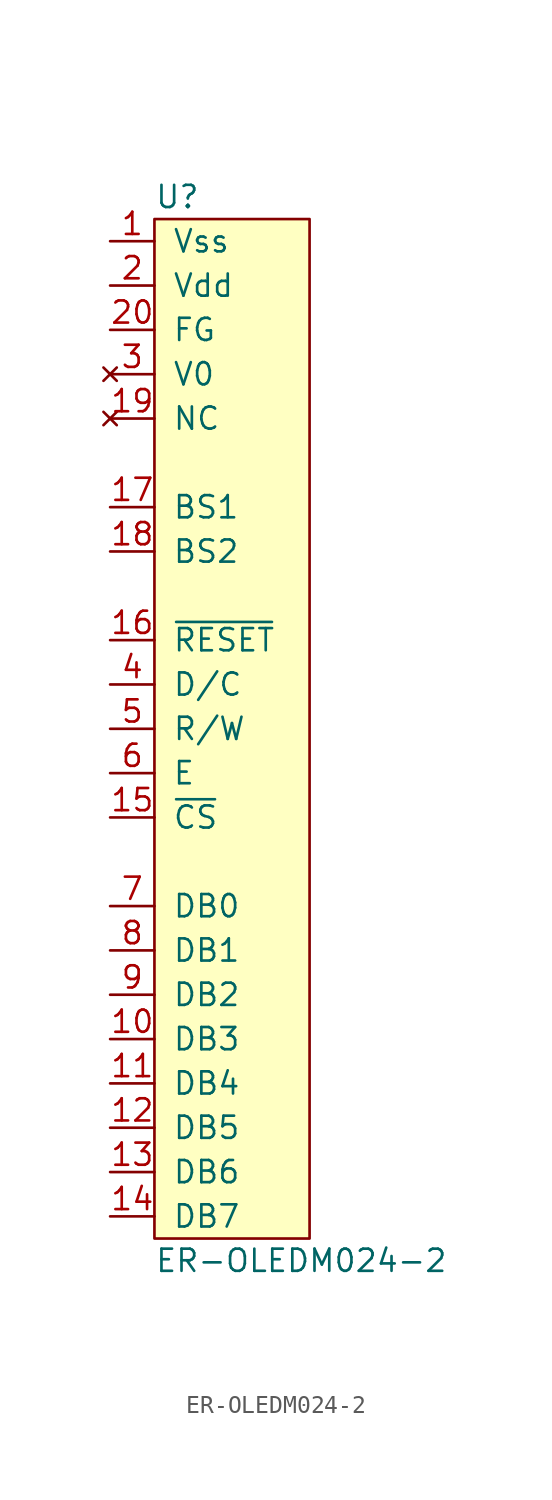
<source format=kicad_sym>
(kicad_symbol_lib
  (version 20211014)
  (generator kicad_symbol_editor)
  (symbol "ER-OLEDM024-2"
    (pin_names
      (offset 1.016))
    (property "Reference" "U"
      (at -2.54 30.48 0)
      (effects (font (size 1.27 1.27)) (justify left)))
    (property "Value" "ER-OLEDM024-2"
      (at -2.54 -30.48 0)
      (effects (font (size 1.27 1.27)) (justify left)))
    (symbol "ER-OLEDM024-2_0_1"
      (rectangle (start -2.54 29.21) (end 6.35 -29.21) (stroke (width 0) (type default) (color 0 0 0 0)) (fill (type background))))
    (symbol "ER-OLEDM024-2_1_1"
      (pin power_in line (at -5.08 27.94 0) (length 2.54) (name "Vss" (effects (font (size 1.27 1.27)))) (number "1" (effects (font (size 1.27 1.27)))))
      (pin bidirectional line (at -5.08 -17.78 0) (length 2.54) (name "DB3" (effects (font (size 1.27 1.27)))) (number "10" (effects (font (size 1.27 1.27)))))
      (pin bidirectional line (at -5.08 -20.32 0) (length 2.54) (name "DB4" (effects (font (size 1.27 1.27)))) (number "11" (effects (font (size 1.27 1.27)))))
      (pin bidirectional line (at -5.08 -22.86 0) (length 2.54) (name "DB5" (effects (font (size 1.27 1.27)))) (number "12" (effects (font (size 1.27 1.27)))))
      (pin bidirectional line (at -5.08 -25.4 0) (length 2.54) (name "DB6" (effects (font (size 1.27 1.27)))) (number "13" (effects (font (size 1.27 1.27)))))
      (pin bidirectional line (at -5.08 -27.94 0) (length 2.54) (name "DB7" (effects (font (size 1.27 1.27)))) (number "14" (effects (font (size 1.27 1.27)))))
      (pin input line (at -5.08 -5.08 0) (length 2.54) (name "~{CS}" (effects (font (size 1.27 1.27)))) (number "15" (effects (font (size 1.27 1.27)))))
      (pin input line (at -5.08 5.08 0) (length 2.54) (name "~{RESET}" (effects (font (size 1.27 1.27)))) (number "16" (effects (font (size 1.27 1.27)))))
      (pin input line (at -5.08 12.7 0) (length 2.54) (name "BS1" (effects (font (size 1.27 1.27)))) (number "17" (effects (font (size 1.27 1.27)))))
      (pin input line (at -5.08 10.16 0) (length 2.54) (name "BS2" (effects (font (size 1.27 1.27)))) (number "18" (effects (font (size 1.27 1.27)))))
      (pin no_connect line (at -5.08 17.78 0) (length 2.54) (name "NC" (effects (font (size 1.27 1.27)))) (number "19" (effects (font (size 1.27 1.27)))))
      (pin power_in line (at -5.08 25.4 0) (length 2.54) (name "Vdd" (effects (font (size 1.27 1.27)))) (number "2" (effects (font (size 1.27 1.27)))))
      (pin power_in line (at -5.08 22.86 0) (length 2.54) (name "FG" (effects (font (size 1.27 1.27)))) (number "20" (effects (font (size 1.27 1.27)))))
      (pin no_connect line (at -5.08 20.32 0) (length 2.54) (name "V0" (effects (font (size 1.27 1.27)))) (number "3" (effects (font (size 1.27 1.27)))))
      (pin input line (at -5.08 2.54 0) (length 2.54) (name "D/C" (effects (font (size 1.27 1.27)))) (number "4" (effects (font (size 1.27 1.27)))))
      (pin input line (at -5.08 0 0) (length 2.54) (name "R/W" (effects (font (size 1.27 1.27)))) (number "5" (effects (font (size 1.27 1.27)))))
      (pin input line (at -5.08 -2.54 0) (length 2.54) (name "E" (effects (font (size 1.27 1.27)))) (number "6" (effects (font (size 1.27 1.27)))))
      (pin bidirectional line (at -5.08 -10.16 0) (length 2.54) (name "DB0" (effects (font (size 1.27 1.27)))) (number "7" (effects (font (size 1.27 1.27)))))
      (pin bidirectional line (at -5.08 -12.7 0) (length 2.54) (name "DB1" (effects (font (size 1.27 1.27)))) (number "8" (effects (font (size 1.27 1.27)))))
      (pin bidirectional line (at -5.08 -15.24 0) (length 2.54) (name "DB2" (effects (font (size 1.27 1.27)))) (number "9" (effects (font (size 1.27 1.27))))))))
</source>
